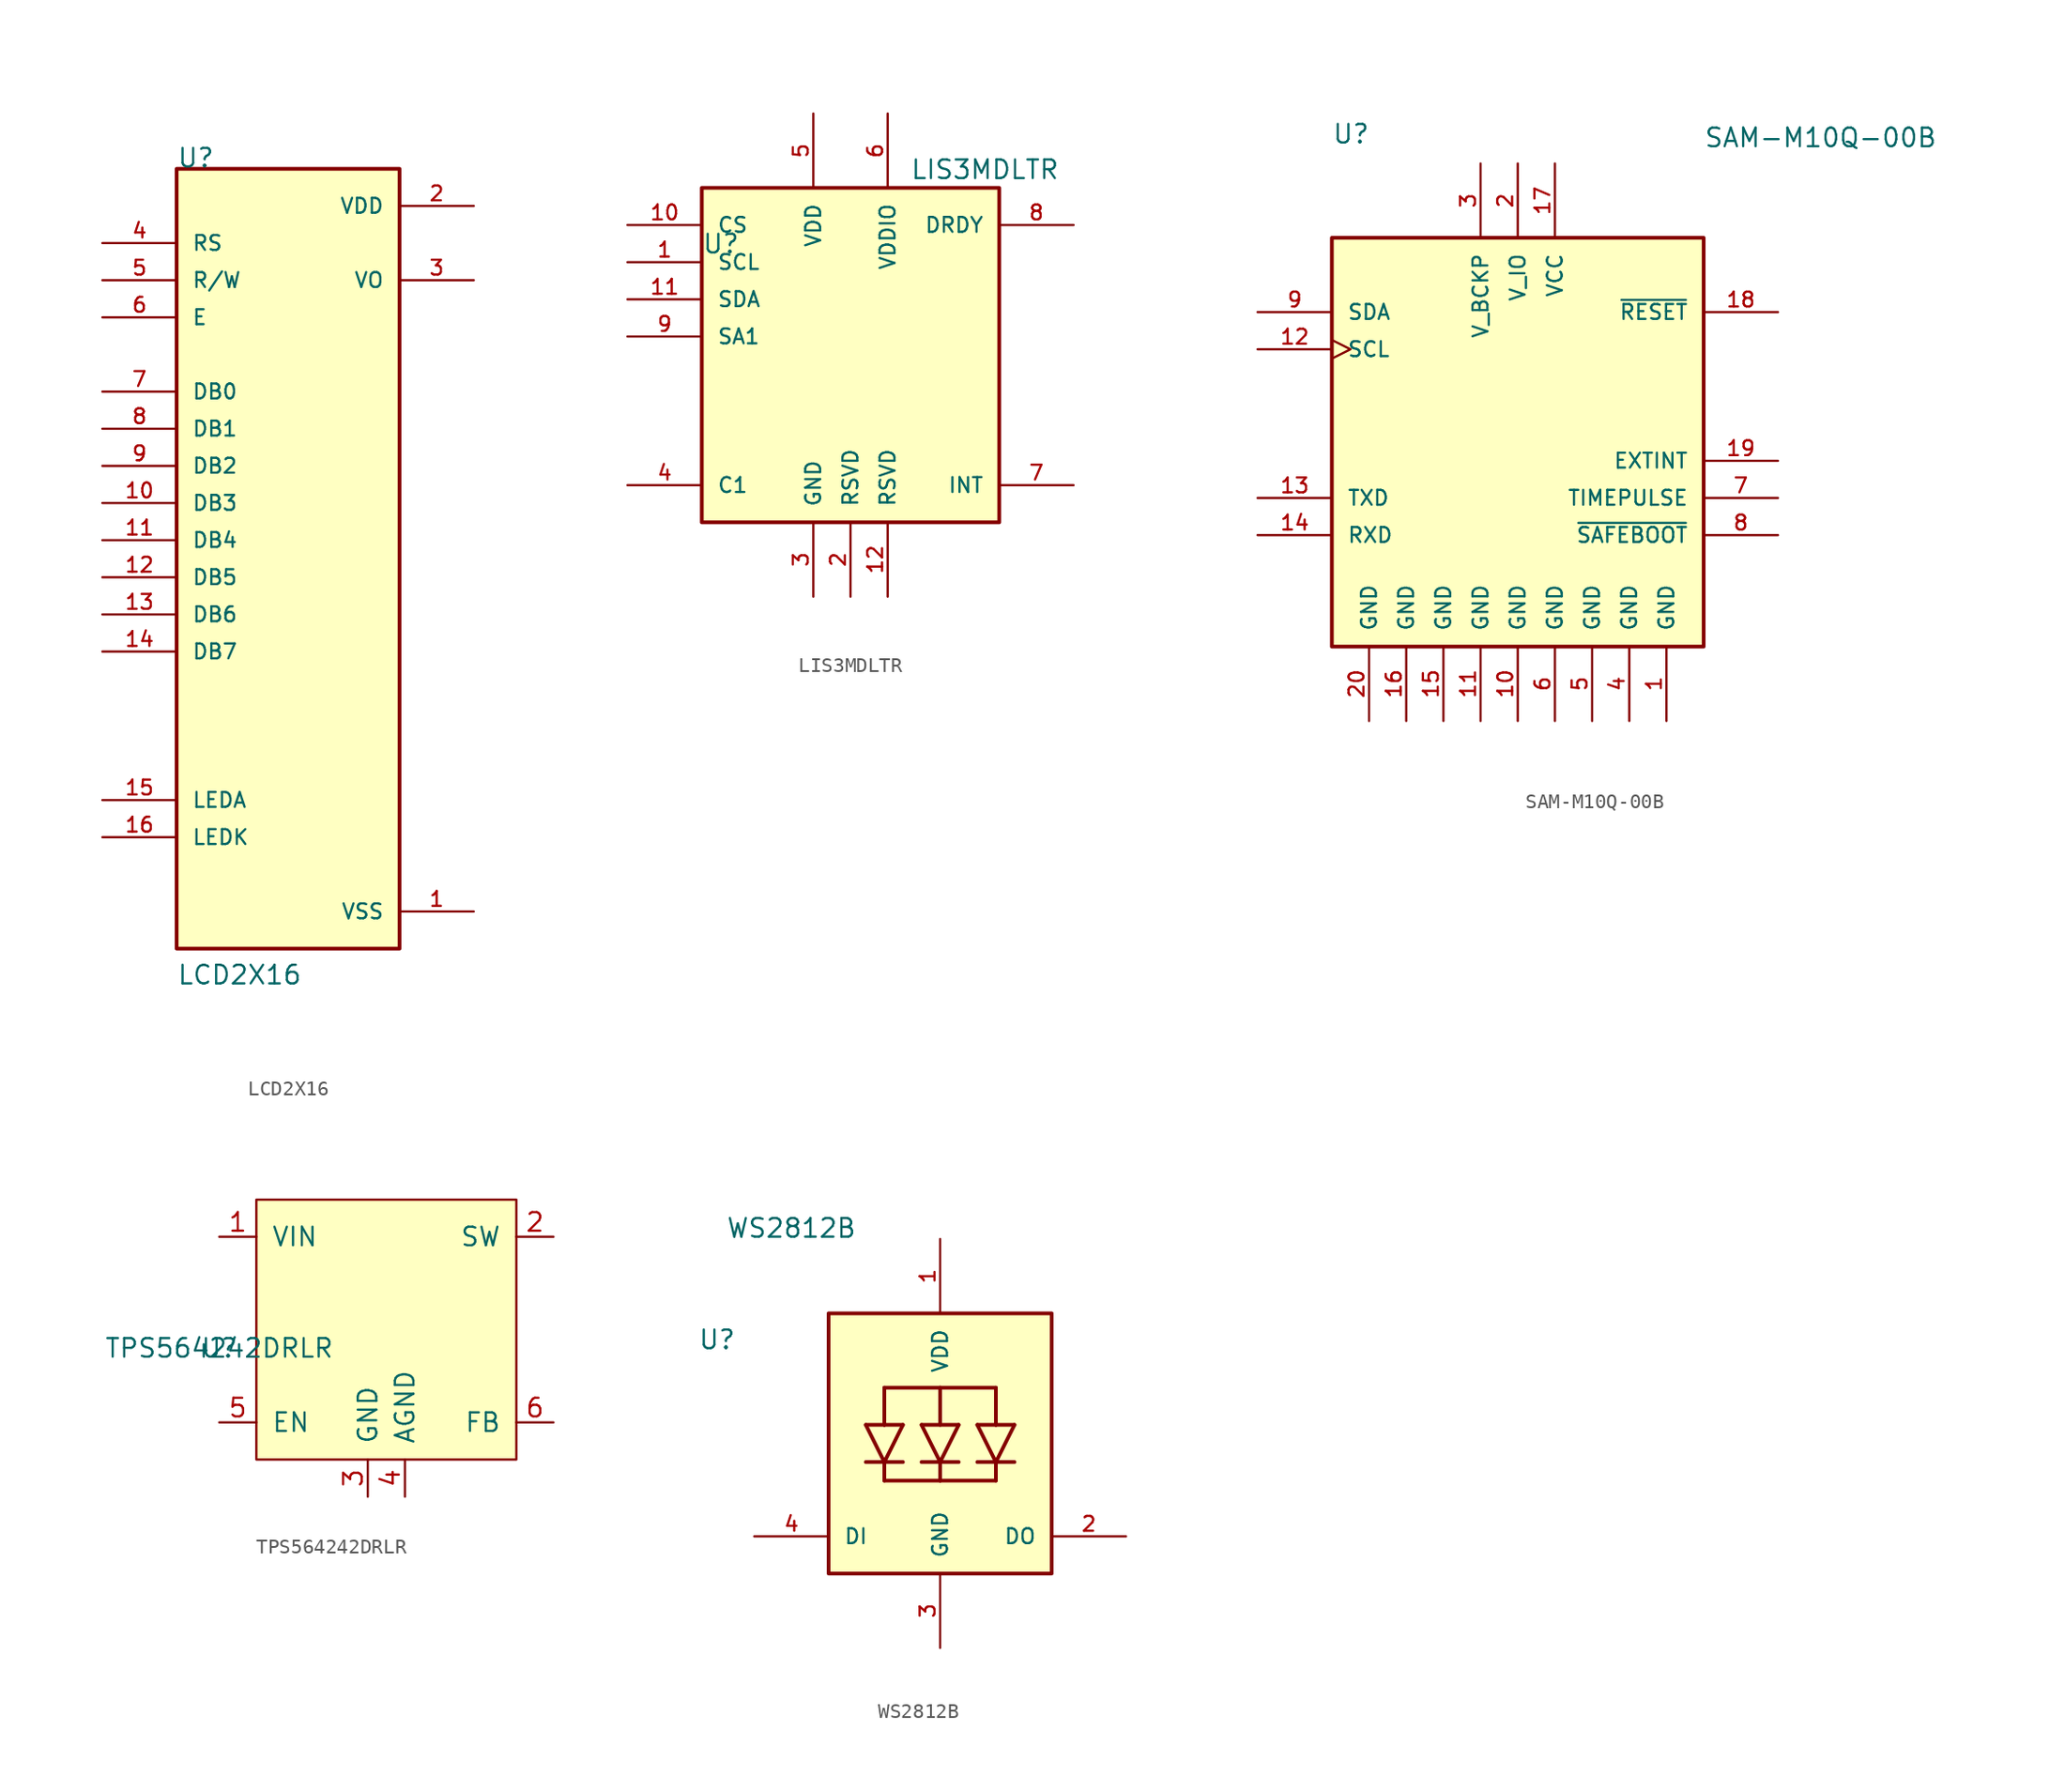
<source format=kicad_sym>
(kicad_symbol_lib
  (version 20231120)
  (generator "kicad_symbol_editor")
  (generator_version "8.0")
  (symbol "LCD2X16"
    (pin_names
      (offset 1.016))
    (property "Reference" "U"
      (at -7.62 25.4 0)
      (effects (font (size 1.27 1.27)) (justify left bottom)))
    (property "Value" "LCD2X16"
      (at -7.62 -30.48 0)
      (effects (font (size 1.27 1.27)) (justify left bottom)))
    (symbol "LCD2X16_0_0"
      (rectangle (start -7.62 25.4) (end 7.62 -27.94) (stroke (width 0.254) (type default)) (fill (type background)))
      (pin power_in line (at 12.7 -25.4 180) (length 5.08) (name "VSS" (effects (font (size 1.016 1.016)))) (number "1" (effects (font (size 1.016 1.016)))))
      (pin bidirectional line (at -12.7 2.54 0) (length 5.08) (name "DB3" (effects (font (size 1.016 1.016)))) (number "10" (effects (font (size 1.016 1.016)))))
      (pin bidirectional line (at -12.7 0 0) (length 5.08) (name "DB4" (effects (font (size 1.016 1.016)))) (number "11" (effects (font (size 1.016 1.016)))))
      (pin bidirectional line (at -12.7 -2.54 0) (length 5.08) (name "DB5" (effects (font (size 1.016 1.016)))) (number "12" (effects (font (size 1.016 1.016)))))
      (pin bidirectional line (at -12.7 -5.08 0) (length 5.08) (name "DB6" (effects (font (size 1.016 1.016)))) (number "13" (effects (font (size 1.016 1.016)))))
      (pin bidirectional line (at -12.7 -7.62 0) (length 5.08) (name "DB7" (effects (font (size 1.016 1.016)))) (number "14" (effects (font (size 1.016 1.016)))))
      (pin passive line (at -12.7 -17.78 0) (length 5.08) (name "LEDA" (effects (font (size 1.016 1.016)))) (number "15" (effects (font (size 1.016 1.016)))))
      (pin passive line (at -12.7 -20.32 0) (length 5.08) (name "LEDK" (effects (font (size 1.016 1.016)))) (number "16" (effects (font (size 1.016 1.016)))))
      (pin power_in line (at 12.7 22.86 180) (length 5.08) (name "VDD" (effects (font (size 1.016 1.016)))) (number "2" (effects (font (size 1.016 1.016)))))
      (pin passive line (at 12.7 17.78 180) (length 5.08) (name "VO" (effects (font (size 1.016 1.016)))) (number "3" (effects (font (size 1.016 1.016)))))
      (pin input line (at -12.7 20.32 0) (length 5.08) (name "RS" (effects (font (size 1.016 1.016)))) (number "4" (effects (font (size 1.016 1.016)))))
      (pin input line (at -12.7 17.78 0) (length 5.08) (name "R/W" (effects (font (size 1.016 1.016)))) (number "5" (effects (font (size 1.016 1.016)))))
      (pin input line (at -12.7 15.24 0) (length 5.08) (name "E" (effects (font (size 1.016 1.016)))) (number "6" (effects (font (size 1.016 1.016)))))
      (pin bidirectional line (at -12.7 10.16 0) (length 5.08) (name "DB0" (effects (font (size 1.016 1.016)))) (number "7" (effects (font (size 1.016 1.016)))))
      (pin bidirectional line (at -12.7 7.62 0) (length 5.08) (name "DB1" (effects (font (size 1.016 1.016)))) (number "8" (effects (font (size 1.016 1.016)))))
      (pin bidirectional line (at -12.7 5.08 0) (length 5.08) (name "DB2" (effects (font (size 1.016 1.016)))) (number "9" (effects (font (size 1.016 1.016)))))))
  (symbol "LIS3MDLTR"
    (pin_names
      (offset 1.016))
    (property "Reference" "U"
      (at -10.16 8.128 0)
      (effects (font (size 1.27 1.27)) (justify left bottom)))
    (property "Value" "LIS3MDLTR"
      (at 4.064 13.208 0)
      (effects (font (size 1.27 1.27)) (justify left bottom)))
    (symbol "LIS3MDLTR_0_0"
      (rectangle (start -10.16 12.7) (end 10.16 -10.16) (stroke (width 0.254) (type default)) (fill (type background)))
      (pin bidirectional line (at -15.24 7.62 0) (length 5.08) (name "SCL" (effects (font (size 1.016 1.016)))) (number "1" (effects (font (size 1.016 1.016)))))
      (pin bidirectional line (at -15.24 10.16 0) (length 5.08) (name "CS" (effects (font (size 1.016 1.016)))) (number "10" (effects (font (size 1.016 1.016)))))
      (pin bidirectional line (at -15.24 5.08 0) (length 5.08) (name "SDA" (effects (font (size 1.016 1.016)))) (number "11" (effects (font (size 1.016 1.016)))))
      (pin bidirectional line (at 0 -15.24 90) (length 5.08) (name "RSVD" (effects (font (size 1.016 1.016)))) (number "2" (effects (font (size 1.016 1.016)))))
      (pin bidirectional line (at -2.54 -15.24 90) (length 5.08) (name "GND" (effects (font (size 1.016 1.016)))) (number "3" (effects (font (size 1.016 1.016)))))
      (pin bidirectional line (at -15.24 -7.62 0) (length 5.08) (name "C1" (effects (font (size 1.016 1.016)))) (number "4" (effects (font (size 1.016 1.016)))))
      (pin bidirectional line (at -2.54 17.78 270) (length 5.08) (name "VDD" (effects (font (size 1.016 1.016)))) (number "5" (effects (font (size 1.016 1.016)))))
      (pin bidirectional line (at 2.54 17.78 270) (length 5.08) (name "VDDIO" (effects (font (size 1.016 1.016)))) (number "6" (effects (font (size 1.016 1.016)))))
      (pin bidirectional line (at 15.24 -7.62 180) (length 5.08) (name "INT" (effects (font (size 1.016 1.016)))) (number "7" (effects (font (size 1.016 1.016)))))
      (pin bidirectional line (at 15.24 10.16 180) (length 5.08) (name "DRDY" (effects (font (size 1.016 1.016)))) (number "8" (effects (font (size 1.016 1.016)))))
      (pin bidirectional line (at -15.24 2.54 0) (length 5.08) (name "SA1" (effects (font (size 1.016 1.016)))) (number "9" (effects (font (size 1.016 1.016))))))
    (symbol "LIS3MDLTR_1_0"
      (pin bidirectional line (at 2.54 -15.24 90) (length 5.08) (name "RSVD" (effects (font (size 1.016 1.016)))) (number "12" (effects (font (size 1.016 1.016)))))))
  (symbol "SAM-M10Q-00B"
    (pin_names
      (offset 1.016))
    (property "Reference" "U"
      (at -12.7 13.97 0)
      (effects (font (size 1.27 1.27)) (justify left bottom)))
    (property "Value" "SAM-M10Q-00B"
      (at 12.7 13.716 0)
      (effects (font (size 1.27 1.27)) (justify left bottom)))
    (symbol "SAM-M10Q-00B_0_0"
      (rectangle (start -12.7 7.62) (end 12.7 -20.32) (stroke (width 0.254) (type default)) (fill (type background)))
      (pin power_in line (at 10.16 -25.4 90) (length 5.08) (name "GND" (effects (font (size 1.016 1.016)))) (number "1" (effects (font (size 1.016 1.016)))))
      (pin input clock (at -17.78 0 0) (length 5.08) (name "SCL" (effects (font (size 1.016 1.016)))) (number "12" (effects (font (size 1.016 1.016)))))
      (pin output line (at -17.78 -10.16 0) (length 5.08) (name "TXD" (effects (font (size 1.016 1.016)))) (number "13" (effects (font (size 1.016 1.016)))))
      (pin input line (at -17.78 -12.7 0) (length 5.08) (name "RXD" (effects (font (size 1.016 1.016)))) (number "14" (effects (font (size 1.016 1.016)))))
      (pin power_in line (at 2.54 12.7 270) (length 5.08) (name "VCC" (effects (font (size 1.016 1.016)))) (number "17" (effects (font (size 1.016 1.016)))))
      (pin input line (at 17.78 2.54 180) (length 5.08) (name "~{RESET}" (effects (font (size 1.016 1.016)))) (number "18" (effects (font (size 1.016 1.016)))))
      (pin input line (at 17.78 -7.62 180) (length 5.08) (name "EXTINT" (effects (font (size 1.016 1.016)))) (number "19" (effects (font (size 1.016 1.016)))))
      (pin power_in line (at 0 12.7 270) (length 5.08) (name "V_IO" (effects (font (size 1.016 1.016)))) (number "2" (effects (font (size 1.016 1.016)))))
      (pin power_in line (at -2.54 12.7 270) (length 5.08) (name "V_BCKP" (effects (font (size 1.016 1.016)))) (number "3" (effects (font (size 1.016 1.016)))))
      (pin output line (at 17.78 -10.16 180) (length 5.08) (name "TIMEPULSE" (effects (font (size 1.016 1.016)))) (number "7" (effects (font (size 1.016 1.016)))))
      (pin input line (at 17.78 -12.7 180) (length 5.08) (name "~{SAFEBOOT}" (effects (font (size 1.016 1.016)))) (number "8" (effects (font (size 1.016 1.016)))))
      (pin bidirectional line (at -17.78 2.54 0) (length 5.08) (name "SDA" (effects (font (size 1.016 1.016)))) (number "9" (effects (font (size 1.016 1.016))))))
    (symbol "SAM-M10Q-00B_1_0"
      (pin power_in line (at 0 -25.4 90) (length 5.08) (name "GND" (effects (font (size 1.016 1.016)))) (number "10" (effects (font (size 1.016 1.016)))))
      (pin power_in line (at -2.54 -25.4 90) (length 5.08) (name "GND" (effects (font (size 1.016 1.016)))) (number "11" (effects (font (size 1.016 1.016)))))
      (pin power_in line (at -5.08 -25.4 90) (length 5.08) (name "GND" (effects (font (size 1.016 1.016)))) (number "15" (effects (font (size 1.016 1.016)))))
      (pin power_in line (at -7.62 -25.4 90) (length 5.08) (name "GND" (effects (font (size 1.016 1.016)))) (number "16" (effects (font (size 1.016 1.016)))))
      (pin power_in line (at -10.16 -25.4 90) (length 5.08) (name "GND" (effects (font (size 1.016 1.016)))) (number "20" (effects (font (size 1.016 1.016)))))
      (pin power_in line (at 7.62 -25.4 90) (length 5.08) (name "GND" (effects (font (size 1.016 1.016)))) (number "4" (effects (font (size 1.016 1.016)))))
      (pin power_in line (at 5.08 -25.4 90) (length 5.08) (name "GND" (effects (font (size 1.016 1.016)))) (number "5" (effects (font (size 1.016 1.016)))))
      (pin power_in line (at 2.54 -25.4 90) (length 5.08) (name "GND" (effects (font (size 1.016 1.016)))) (number "6" (effects (font (size 1.016 1.016)))))))
  (symbol "TPS564242DRLR"
    (pin_names
      (offset 1.016))
    (property "Reference" "U"
      (at 0 0 0)
      (effects (font (size 1.27 1.27))))
    (property "Value" "TPS564242DRLR"
      (at 0 0 0)
      (effects (font (size 1.27 1.27))))
    (symbol "TPS564242DRLR_1_1"
      (rectangle (start 2.54 10.16) (end 20.32 -7.62) (stroke (width 0) (type default)) (fill (type background)))
      (pin power_in line (at 0 7.62 0) (length 2.54) (name "VIN" (effects (font (size 1.27 1.27)))) (number "1" (effects (font (size 1.27 1.27)))))
      (pin output line (at 22.86 7.62 180) (length 2.54) (name "SW" (effects (font (size 1.27 1.27)))) (number "2" (effects (font (size 1.27 1.27)))))
      (pin power_in line (at 10.16 -10.16 90) (length 2.54) (name "GND" (effects (font (size 1.27 1.27)))) (number "3" (effects (font (size 1.27 1.27)))))
      (pin power_in line (at 12.7 -10.16 90) (length 2.54) (name "AGND" (effects (font (size 1.27 1.27)))) (number "4" (effects (font (size 1.27 1.27)))))
      (pin input line (at 0 -5.08 0) (length 2.54) (name "EN" (effects (font (size 1.27 1.27)))) (number "5" (effects (font (size 1.27 1.27)))))
      (pin input line (at 22.86 -5.08 180) (length 2.54) (name "FB" (effects (font (size 1.27 1.27)))) (number "6" (effects (font (size 1.27 1.27)))))))
  (symbol "WS2812B"
    (pin_names
      (offset 1.016))
    (property "Reference" "U"
      (at -15.24 10.16 0)
      (effects (font (size 1.27 1.27)) (justify bottom)))
    (property "Value" "WS2812B"
      (at -10.16 17.78 0)
      (effects (font (size 1.27 1.27)) (justify bottom)))
    (symbol "WS2812B_0_0"
      (rectangle (start -7.62 12.7) (end 7.62 -5.08) (stroke (width 0.254) (type default)) (fill (type background)))
      (polyline (pts (xy -5.08 2.54) (xy -3.81 2.54)) (stroke (width 0.254) (type default)) (fill (type none)))
      (polyline (pts (xy -5.08 5.08) (xy -3.81 5.08)) (stroke (width 0.254) (type default)) (fill (type none)))
      (polyline (pts (xy -3.81 2.54) (xy -5.08 5.08)) (stroke (width 0.254) (type default)) (fill (type none)))
      (polyline (pts (xy -3.81 2.54) (xy -3.81 1.27)) (stroke (width 0.254) (type default)) (fill (type none)))
      (polyline (pts (xy -3.81 2.54) (xy -2.54 5.08)) (stroke (width 0.254) (type default)) (fill (type none)))
      (polyline (pts (xy -3.81 5.08) (xy -2.54 5.08)) (stroke (width 0.254) (type default)) (fill (type none)))
      (polyline (pts (xy -3.81 7.62) (xy -3.81 5.08)) (stroke (width 0.254) (type default)) (fill (type none)))
      (polyline (pts (xy -2.54 2.54) (xy -3.81 2.54)) (stroke (width 0.254) (type default)) (fill (type none)))
      (polyline (pts (xy -1.27 2.54) (xy 0 2.54)) (stroke (width 0.254) (type default)) (fill (type none)))
      (polyline (pts (xy -1.27 5.08) (xy 1.27 5.08)) (stroke (width 0.254) (type default)) (fill (type none)))
      (polyline (pts (xy 0 1.27) (xy -3.81 1.27)) (stroke (width 0.254) (type default)) (fill (type none)))
      (polyline (pts (xy 0 2.54) (xy -1.27 5.08)) (stroke (width 0.254) (type default)) (fill (type none)))
      (polyline (pts (xy 0 2.54) (xy 0 1.27)) (stroke (width 0.254) (type default)) (fill (type none)))
      (polyline (pts (xy 0 2.54) (xy 1.27 2.54)) (stroke (width 0.254) (type default)) (fill (type none)))
      (polyline (pts (xy 0 5.08) (xy 0 7.62)) (stroke (width 0.254) (type default)) (fill (type none)))
      (polyline (pts (xy 0 7.62) (xy -3.81 7.62)) (stroke (width 0.254) (type default)) (fill (type none)))
      (polyline (pts (xy 1.27 5.08) (xy 0 2.54)) (stroke (width 0.254) (type default)) (fill (type none)))
      (polyline (pts (xy 2.54 5.08) (xy 3.81 2.54)) (stroke (width 0.254) (type default)) (fill (type none)))
      (polyline (pts (xy 2.54 5.08) (xy 3.81 5.08)) (stroke (width 0.254) (type default)) (fill (type none)))
      (polyline (pts (xy 3.81 1.27) (xy 0 1.27)) (stroke (width 0.254) (type default)) (fill (type none)))
      (polyline (pts (xy 3.81 2.54) (xy 2.54 2.54)) (stroke (width 0.254) (type default)) (fill (type none)))
      (polyline (pts (xy 3.81 2.54) (xy 3.81 1.27)) (stroke (width 0.254) (type default)) (fill (type none)))
      (polyline (pts (xy 3.81 2.54) (xy 5.08 2.54)) (stroke (width 0.254) (type default)) (fill (type none)))
      (polyline (pts (xy 3.81 2.54) (xy 5.08 5.08)) (stroke (width 0.254) (type default)) (fill (type none)))
      (polyline (pts (xy 3.81 5.08) (xy 3.81 7.62)) (stroke (width 0.254) (type default)) (fill (type none)))
      (polyline (pts (xy 3.81 7.62) (xy 0 7.62)) (stroke (width 0.254) (type default)) (fill (type none)))
      (polyline (pts (xy 5.08 5.08) (xy 3.81 5.08)) (stroke (width 0.254) (type default)) (fill (type none))))
    (symbol "WS2812B_1_0"
      (pin power_in line (at 0 17.78 270) (length 5.08) (name "VDD" (effects (font (size 1.016 1.016)))) (number "1" (effects (font (size 1.016 1.016)))))
      (pin output line (at 12.7 -2.54 180) (length 5.08) (name "DO" (effects (font (size 1.016 1.016)))) (number "2" (effects (font (size 1.016 1.016)))))
      (pin power_in line (at 0 -10.16 90) (length 5.08) (name "GND" (effects (font (size 1.016 1.016)))) (number "3" (effects (font (size 1.016 1.016)))))
      (pin input line (at -12.7 -2.54 0) (length 5.08) (name "DI" (effects (font (size 1.016 1.016)))) (number "4" (effects (font (size 1.016 1.016))))))))
</source>
